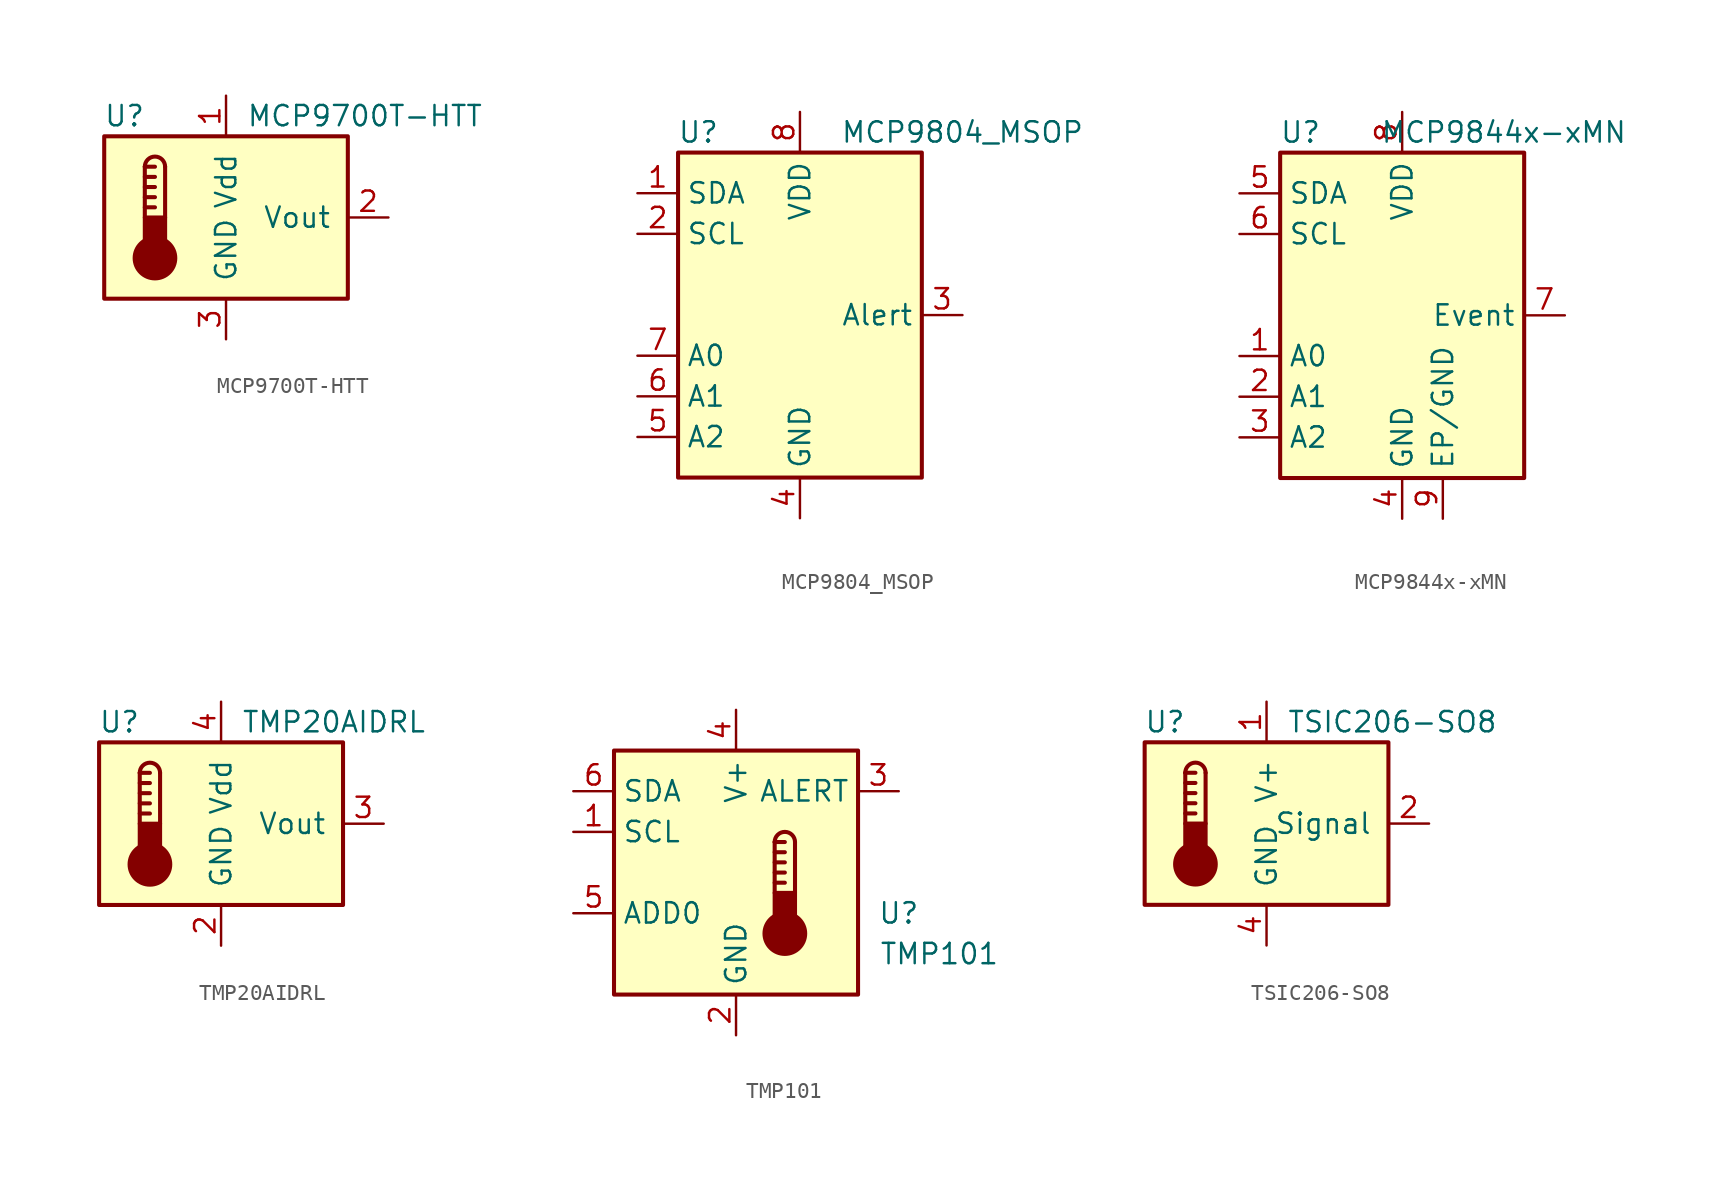
<source format=kicad_sym>
(kicad_symbol_lib
  (version 20220914)
  (generator kicad_symbol_editor)
  (symbol "MCP9700T-HTT"
    (pin_names
      (offset 1.016))
    (property "Reference" "U"
      (at -6.35 6.35 0)
      (effects (font (size 1.27 1.27))))
    (property "Value" "MCP9700T-HTT"
      (at 1.27 6.35 0)
      (effects (font (size 1.27 1.27)) (justify left)))
    (symbol "MCP9700T-HTT_0_1"
      (rectangle (start -7.62 5.08) (end 7.62 -5.08) (stroke (width 0.254) (type default)) (fill (type background)))
      (circle (center -4.445 -2.54) (radius 1.27) (stroke (width 0.254) (type default)) (fill (type outline)))
      (rectangle (start -3.81 -1.905) (end -5.08 0) (stroke (width 0.254) (type default)) (fill (type outline)))
      (arc (start -3.81 3.175) (mid -4.445 3.8073) (end -5.08 3.175) (stroke (width 0.254) (type default)) (fill (type none)))
      (polyline (pts (xy -5.08 0.635) (xy -4.445 0.635)) (stroke (width 0.254) (type default)) (fill (type none)))
      (polyline (pts (xy -5.08 1.27) (xy -4.445 1.27)) (stroke (width 0.254) (type default)) (fill (type none)))
      (polyline (pts (xy -5.08 1.905) (xy -4.445 1.905)) (stroke (width 0.254) (type default)) (fill (type none)))
      (polyline (pts (xy -5.08 2.54) (xy -4.445 2.54)) (stroke (width 0.254) (type default)) (fill (type none)))
      (polyline (pts (xy -5.08 3.175) (xy -5.08 0)) (stroke (width 0.254) (type default)) (fill (type none)))
      (polyline (pts (xy -5.08 3.175) (xy -4.445 3.175)) (stroke (width 0.254) (type default)) (fill (type none)))
      (polyline (pts (xy -3.81 3.175) (xy -3.81 0)) (stroke (width 0.254) (type default)) (fill (type none))))
    (symbol "MCP9700T-HTT_1_1"
      (pin power_in line (at 0 7.62 270) (length 2.54) (name "Vdd" (effects (font (size 1.27 1.27)))) (number "1" (effects (font (size 1.27 1.27)))))
      (pin output line (at 10.16 0 180) (length 2.54) (name "Vout" (effects (font (size 1.27 1.27)))) (number "2" (effects (font (size 1.27 1.27)))))
      (pin power_in line (at 0 -7.62 90) (length 2.54) (name "GND" (effects (font (size 1.27 1.27)))) (number "3" (effects (font (size 1.27 1.27)))))))
  (symbol "MCP9804_MSOP"
    (property "Reference" "U"
      (at -6.35 11.43 0)
      (effects (font (size 1.27 1.27))))
    (property "Value" "MCP9804_MSOP"
      (at 10.16 11.43 0)
      (effects (font (size 1.27 1.27))))
    (symbol "MCP9804_MSOP_0_1"
      (rectangle (start -7.62 10.16) (end 7.62 -10.16) (stroke (width 0.254) (type default)) (fill (type background))))
    (symbol "MCP9804_MSOP_1_1"
      (pin bidirectional line (at -10.16 7.62 0) (length 2.54) (name "SDA" (effects (font (size 1.27 1.27)))) (number "1" (effects (font (size 1.27 1.27)))))
      (pin input line (at -10.16 5.08 0) (length 2.54) (name "SCL" (effects (font (size 1.27 1.27)))) (number "2" (effects (font (size 1.27 1.27)))))
      (pin output line (at 10.16 0 180) (length 2.54) (name "Alert" (effects (font (size 1.27 1.27)))) (number "3" (effects (font (size 1.27 1.27)))))
      (pin power_in line (at 0 -12.7 90) (length 2.54) (name "GND" (effects (font (size 1.27 1.27)))) (number "4" (effects (font (size 1.27 1.27)))))
      (pin input line (at -10.16 -7.62 0) (length 2.54) (name "A2" (effects (font (size 1.27 1.27)))) (number "5" (effects (font (size 1.27 1.27)))))
      (pin input line (at -10.16 -5.08 0) (length 2.54) (name "A1" (effects (font (size 1.27 1.27)))) (number "6" (effects (font (size 1.27 1.27)))))
      (pin input line (at -10.16 -2.54 0) (length 2.54) (name "A0" (effects (font (size 1.27 1.27)))) (number "7" (effects (font (size 1.27 1.27)))))
      (pin power_in line (at 0 12.7 270) (length 2.54) (name "VDD" (effects (font (size 1.27 1.27)))) (number "8" (effects (font (size 1.27 1.27)))))))
  (symbol "MCP9844x-xMN"
    (property "Reference" "U"
      (at -6.35 11.43 0)
      (effects (font (size 1.27 1.27))))
    (property "Value" "MCP9844x-xMN"
      (at 6.35 11.43 0)
      (effects (font (size 1.27 1.27))))
    (symbol "MCP9844x-xMN_0_1"
      (rectangle (start -7.62 10.16) (end 7.62 -10.16) (stroke (width 0.254) (type default)) (fill (type background))))
    (symbol "MCP9844x-xMN_1_1"
      (pin input line (at -10.16 -2.54 0) (length 2.54) (name "A0" (effects (font (size 1.27 1.27)))) (number "1" (effects (font (size 1.27 1.27)))))
      (pin input line (at -10.16 -5.08 0) (length 2.54) (name "A1" (effects (font (size 1.27 1.27)))) (number "2" (effects (font (size 1.27 1.27)))))
      (pin input line (at -10.16 -7.62 0) (length 2.54) (name "A2" (effects (font (size 1.27 1.27)))) (number "3" (effects (font (size 1.27 1.27)))))
      (pin power_in line (at 0 -12.7 90) (length 2.54) (name "GND" (effects (font (size 1.27 1.27)))) (number "4" (effects (font (size 1.27 1.27)))))
      (pin bidirectional line (at -10.16 7.62 0) (length 2.54) (name "SDA" (effects (font (size 1.27 1.27)))) (number "5" (effects (font (size 1.27 1.27)))))
      (pin input line (at -10.16 5.08 0) (length 2.54) (name "SCL" (effects (font (size 1.27 1.27)))) (number "6" (effects (font (size 1.27 1.27)))))
      (pin open_collector line (at 10.16 0 180) (length 2.54) (name "Event" (effects (font (size 1.27 1.27)))) (number "7" (effects (font (size 1.27 1.27)))))
      (pin power_in line (at 0 12.7 270) (length 2.54) (name "VDD" (effects (font (size 1.27 1.27)))) (number "8" (effects (font (size 1.27 1.27)))))
      (pin power_in line (at 2.54 -12.7 90) (length 2.54) (name "EP/GND" (effects (font (size 1.27 1.27)))) (number "9" (effects (font (size 1.27 1.27)))))))
  (symbol "TMP20AIDRL"
    (pin_names
      (offset 1.016))
    (property "Reference" "U"
      (at -6.35 6.35 0)
      (effects (font (size 1.27 1.27))))
    (property "Value" "TMP20AIDRL"
      (at 1.27 6.35 0)
      (effects (font (size 1.27 1.27)) (justify left)))
    (symbol "TMP20AIDRL_0_1"
      (rectangle (start -7.62 5.08) (end 7.62 -5.08) (stroke (width 0.254) (type default)) (fill (type background)))
      (circle (center -4.445 -2.54) (radius 1.27) (stroke (width 0.254) (type default)) (fill (type outline)))
      (rectangle (start -3.81 -1.905) (end -5.08 0) (stroke (width 0.254) (type default)) (fill (type outline)))
      (arc (start -3.81 3.175) (mid -4.445 3.8073) (end -5.08 3.175) (stroke (width 0.254) (type default)) (fill (type none)))
      (polyline (pts (xy -5.08 0.635) (xy -4.445 0.635)) (stroke (width 0.254) (type default)) (fill (type none)))
      (polyline (pts (xy -5.08 1.27) (xy -4.445 1.27)) (stroke (width 0.254) (type default)) (fill (type none)))
      (polyline (pts (xy -5.08 1.905) (xy -4.445 1.905)) (stroke (width 0.254) (type default)) (fill (type none)))
      (polyline (pts (xy -5.08 2.54) (xy -4.445 2.54)) (stroke (width 0.254) (type default)) (fill (type none)))
      (polyline (pts (xy -5.08 3.175) (xy -5.08 0)) (stroke (width 0.254) (type default)) (fill (type none)))
      (polyline (pts (xy -5.08 3.175) (xy -4.445 3.175)) (stroke (width 0.254) (type default)) (fill (type none)))
      (polyline (pts (xy -3.81 3.175) (xy -3.81 0)) (stroke (width 0.254) (type default)) (fill (type none))))
    (symbol "TMP20AIDRL_1_1"
      (pin no_connect line (at 10.16 -2.54 180) (length 2.54) hide (name "NC" (effects (font (size 1.27 1.27)))) (number "1" (effects (font (size 1.27 1.27)))))
      (pin power_in line (at 0 -7.62 90) (length 2.54) (name "GND" (effects (font (size 1.27 1.27)))) (number "2" (effects (font (size 1.27 1.27)))))
      (pin output line (at 10.16 0 180) (length 2.54) (name "Vout" (effects (font (size 1.27 1.27)))) (number "3" (effects (font (size 1.27 1.27)))))
      (pin power_in line (at 0 7.62 270) (length 2.54) (name "Vdd" (effects (font (size 1.27 1.27)))) (number "4" (effects (font (size 1.27 1.27)))))
      (pin no_connect line (at 10.16 2.54 180) (length 2.54) hide (name "NC" (effects (font (size 1.27 1.27)))) (number "5" (effects (font (size 1.27 1.27)))))
      (pin passive line (at 0 -7.62 90) (length 2.54) hide (name "GND" (effects (font (size 1.27 1.27)))) (number "6" (effects (font (size 1.27 1.27)))))))
  (symbol "TMP101"
    (property "Reference" "U"
      (at 10.16 -2.54 0)
      (effects (font (size 1.27 1.27))))
    (property "Value" "TMP101"
      (at 12.7 -5.08 0)
      (effects (font (size 1.27 1.27))))
    (symbol "TMP101_0_1"
      (rectangle (start -7.62 7.62) (end 7.62 -7.62) (stroke (width 0.254) (type default)) (fill (type background))))
    (symbol "TMP101_1_1"
      (polyline (pts (xy 2.413 -0.635) (xy 3.048 -0.635)) (stroke (width 0.254) (type default)) (fill (type none)))
      (polyline (pts (xy 2.413 0) (xy 3.048 0)) (stroke (width 0.254) (type default)) (fill (type none)))
      (polyline (pts (xy 2.413 0.635) (xy 3.048 0.635)) (stroke (width 0.254) (type default)) (fill (type none)))
      (polyline (pts (xy 2.413 1.27) (xy 3.048 1.27)) (stroke (width 0.254) (type default)) (fill (type none)))
      (polyline (pts (xy 2.413 1.905) (xy 2.413 -1.27)) (stroke (width 0.254) (type default)) (fill (type none)))
      (polyline (pts (xy 2.413 1.905) (xy 3.048 1.905)) (stroke (width 0.254) (type default)) (fill (type none)))
      (polyline (pts (xy 3.683 1.905) (xy 3.683 -1.27)) (stroke (width 0.254) (type default)) (fill (type none)))
      (circle (center 3.048 -3.81) (radius 1.27) (stroke (width 0.254) (type default)) (fill (type outline)))
      (rectangle (start 3.683 -3.175) (end 2.413 -1.27) (stroke (width 0.254) (type default)) (fill (type outline)))
      (arc (start 3.683 1.905) (mid 3.048 2.5373) (end 2.413 1.905) (stroke (width 0.254) (type default)) (fill (type none)))
      (pin input line (at -10.16 2.54 0) (length 2.54) (name "SCL" (effects (font (size 1.27 1.27)))) (number "1" (effects (font (size 1.27 1.27)))))
      (pin power_in line (at 0 -10.16 90) (length 2.54) (name "GND" (effects (font (size 1.27 1.27)))) (number "2" (effects (font (size 1.27 1.27)))))
      (pin open_collector line (at 10.16 5.08 180) (length 2.54) (name "ALERT" (effects (font (size 1.27 1.27)))) (number "3" (effects (font (size 1.27 1.27)))))
      (pin power_in line (at 0 10.16 270) (length 2.54) (name "V+" (effects (font (size 1.27 1.27)))) (number "4" (effects (font (size 1.27 1.27)))))
      (pin input line (at -10.16 -2.54 0) (length 2.54) (name "ADD0" (effects (font (size 1.27 1.27)))) (number "5" (effects (font (size 1.27 1.27)))))
      (pin bidirectional line (at -10.16 5.08 0) (length 2.54) (name "SDA" (effects (font (size 1.27 1.27)))) (number "6" (effects (font (size 1.27 1.27)))))))
  (symbol "TSIC206-SO8"
    (pin_names
      (offset 1.016))
    (property "Reference" "U"
      (at -6.35 6.35 0)
      (effects (font (size 1.27 1.27))))
    (property "Value" "TSIC206-SO8"
      (at 1.27 6.35 0)
      (effects (font (size 1.27 1.27)) (justify left)))
    (symbol "TSIC206-SO8_0_1"
      (rectangle (start -7.62 5.08) (end 7.62 -5.08) (stroke (width 0.254) (type default)) (fill (type background)))
      (circle (center -4.445 -2.54) (radius 1.27) (stroke (width 0.254) (type default)) (fill (type outline)))
      (rectangle (start -3.81 -1.905) (end -5.08 0) (stroke (width 0.254) (type default)) (fill (type outline)))
      (arc (start -3.81 3.175) (mid -4.445 3.8073) (end -5.08 3.175) (stroke (width 0.254) (type default)) (fill (type none)))
      (polyline (pts (xy -5.08 0.635) (xy -4.445 0.635)) (stroke (width 0.254) (type default)) (fill (type none)))
      (polyline (pts (xy -5.08 1.27) (xy -4.445 1.27)) (stroke (width 0.254) (type default)) (fill (type none)))
      (polyline (pts (xy -5.08 1.905) (xy -4.445 1.905)) (stroke (width 0.254) (type default)) (fill (type none)))
      (polyline (pts (xy -5.08 2.54) (xy -4.445 2.54)) (stroke (width 0.254) (type default)) (fill (type none)))
      (polyline (pts (xy -5.08 3.175) (xy -5.08 0)) (stroke (width 0.254) (type default)) (fill (type none)))
      (polyline (pts (xy -5.08 3.175) (xy -4.445 3.175)) (stroke (width 0.254) (type default)) (fill (type none)))
      (polyline (pts (xy -3.81 3.175) (xy -3.81 0)) (stroke (width 0.254) (type default)) (fill (type none))))
    (symbol "TSIC206-SO8_1_1"
      (pin power_in line (at 0 7.62 270) (length 2.54) (name "V+" (effects (font (size 1.27 1.27)))) (number "1" (effects (font (size 1.27 1.27)))))
      (pin output line (at 10.16 0 180) (length 2.54) (name "Signal" (effects (font (size 1.27 1.27)))) (number "2" (effects (font (size 1.27 1.27)))))
      (pin no_connect line (at 10.16 -2.54 180) (length 2.54) hide (name "NC" (effects (font (size 1.27 1.27)))) (number "3" (effects (font (size 1.27 1.27)))))
      (pin power_in line (at 0 -7.62 90) (length 2.54) (name "GND" (effects (font (size 1.27 1.27)))) (number "4" (effects (font (size 1.27 1.27)))))
      (pin no_connect line (at -5.08 -7.62 90) (length 2.54) hide (name "NC" (effects (font (size 1.27 1.27)))) (number "5" (effects (font (size 1.27 1.27)))))
      (pin no_connect line (at -2.54 -7.62 90) (length 2.54) hide (name "NC" (effects (font (size 1.27 1.27)))) (number "6" (effects (font (size 1.27 1.27)))))
      (pin no_connect line (at 2.54 -7.62 90) (length 2.54) hide (name "NC" (effects (font (size 1.27 1.27)))) (number "7" (effects (font (size 1.27 1.27)))))
      (pin no_connect line (at 5.08 -7.62 90) (length 2.54) hide (name "NC" (effects (font (size 1.27 1.27)))) (number "8" (effects (font (size 1.27 1.27))))))))
</source>
